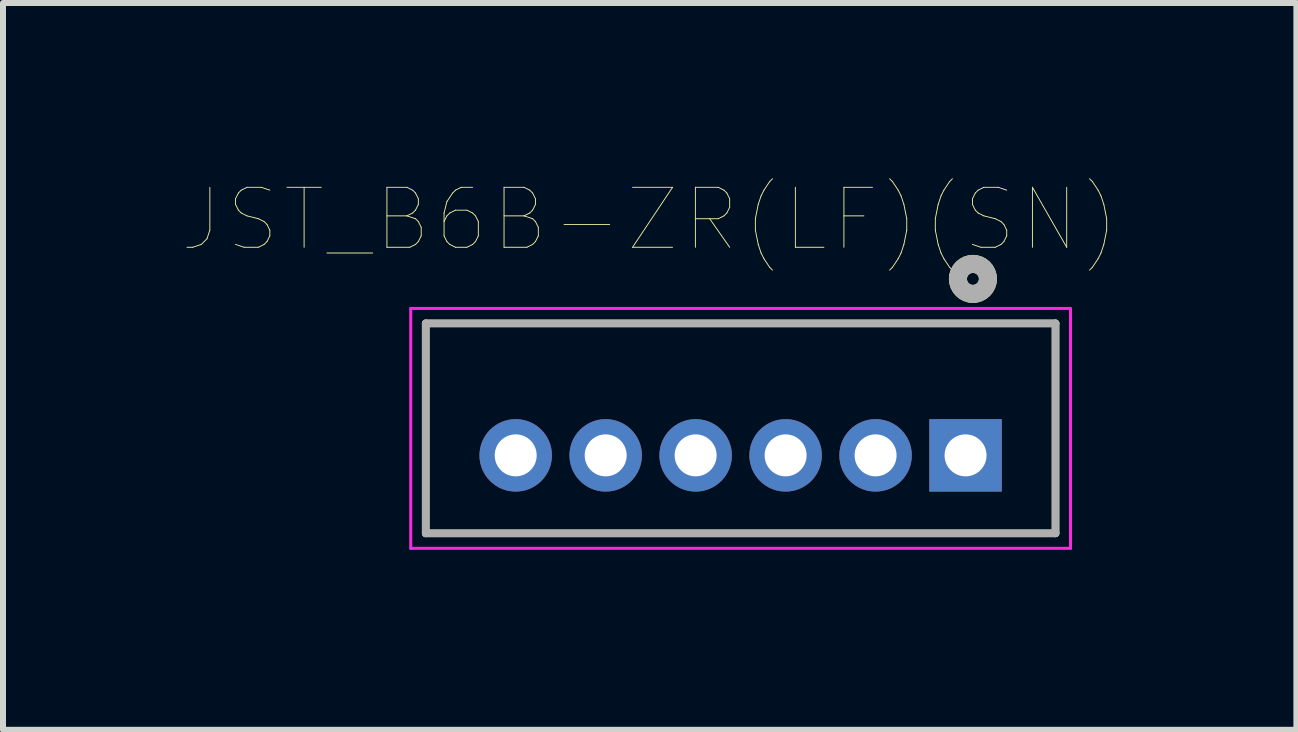
<source format=kicad_pcb>
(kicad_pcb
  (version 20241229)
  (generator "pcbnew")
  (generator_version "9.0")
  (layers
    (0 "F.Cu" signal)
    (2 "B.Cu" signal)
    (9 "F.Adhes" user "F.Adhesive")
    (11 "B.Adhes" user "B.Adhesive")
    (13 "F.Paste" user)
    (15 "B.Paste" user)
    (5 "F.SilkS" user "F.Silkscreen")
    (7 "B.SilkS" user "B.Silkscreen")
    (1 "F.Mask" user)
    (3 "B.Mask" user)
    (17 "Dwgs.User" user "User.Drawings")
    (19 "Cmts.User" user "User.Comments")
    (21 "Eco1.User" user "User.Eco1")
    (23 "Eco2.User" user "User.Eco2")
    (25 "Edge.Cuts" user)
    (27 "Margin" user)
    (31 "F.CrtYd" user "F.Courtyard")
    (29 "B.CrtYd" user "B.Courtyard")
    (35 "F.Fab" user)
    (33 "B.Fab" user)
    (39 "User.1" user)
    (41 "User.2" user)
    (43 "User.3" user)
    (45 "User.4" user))
  (footprint "JST_B6B-ZR(LF)(SN)"
    (layer "F.Cu")
    (at 9.298 4.542)
    (property "Reference" "JST_B6B-ZR(LF)(SN)" (at -1.516 -3.931 0) (layer "F.SilkS") (effects (font (size 1 1) (thickness 0.015))))
    (attr through_hole)
    (fp_line (start -5.25 -2.2) (end -5.25 1.3) (stroke (width 0.127) (type solid)) (layer "F.SilkS"))
    (fp_line (start 5.25 -2.2) (end -5.25 -2.2) (stroke (width 0.127) (type solid)) (layer "F.SilkS"))
    (fp_line (start 5.25 1.3) (end -5.25 1.3) (stroke (width 0.127) (type solid)) (layer "F.SilkS"))
    (fp_line (start 5.25 1.3) (end 5.25 -2.2) (stroke (width 0.127) (type solid)) (layer "F.SilkS"))
    (fp_circle (center 3.873 -2.942) (end 3.973 -2.942) (stroke (width 0.3) (type solid)) (fill no) (layer "F.SilkS"))
    (fp_line (start -5.5 -2.45) (end -5.5 1.55) (stroke (width 0.05) (type solid)) (layer "F.CrtYd"))
    (fp_line (start -5.5 1.55) (end 5.5 1.55) (stroke (width 0.05) (type solid)) (layer "F.CrtYd"))
    (fp_line (start 5.5 -2.45) (end -5.5 -2.45) (stroke (width 0.05) (type solid)) (layer "F.CrtYd"))
    (fp_line (start 5.5 1.55) (end 5.5 -2.45) (stroke (width 0.05) (type solid)) (layer "F.CrtYd"))
    (fp_line (start -5.25 -2.2) (end -5.25 1.3) (stroke (width 0.127) (type solid)) (layer "F.Fab"))
    (fp_line (start -5.25 1.3) (end 5.25 1.3) (stroke (width 0.127) (type solid)) (layer "F.Fab"))
    (fp_line (start 5.25 -2.2) (end -5.25 -2.2) (stroke (width 0.127) (type solid)) (layer "F.Fab"))
    (fp_line (start 5.25 1.3) (end 5.25 -2.2) (stroke (width 0.127) (type solid)) (layer "F.Fab"))
    (fp_circle (center 3.873 -2.942) (end 3.973 -2.942) (stroke (width 0.3) (type solid)) (fill no) (layer "F.Fab"))
    (pad "1" thru_hole rect (at 3.75 0) (size 1.208 1.208) (drill 0.7) (layers "*.Cu" "*.Mask"))
    (pad "2" thru_hole circle (at 2.25 0) (size 1.208 1.208) (drill 0.7) (layers "*.Cu" "*.Mask"))
    (pad "3" thru_hole circle (at 0.75 0) (size 1.208 1.208) (drill 0.7) (layers "*.Cu" "*.Mask"))
    (pad "4" thru_hole circle (at -0.75 0) (size 1.208 1.208) (drill 0.7) (layers "*.Cu" "*.Mask"))
    (pad "5" thru_hole circle (at -2.25 0) (size 1.208 1.208) (drill 0.7) (layers "*.Cu" "*.Mask"))
    (pad "6" thru_hole circle (at -3.75 0) (size 1.208 1.208) (drill 0.7) (layers "*.Cu" "*.Mask")))
  (gr_rect
    (start -3 -3)
    (end 18.564 9.117)
    (stroke (width 0.1) (type default))
    (fill no)
    (layer "Edge.Cuts")))
</source>
